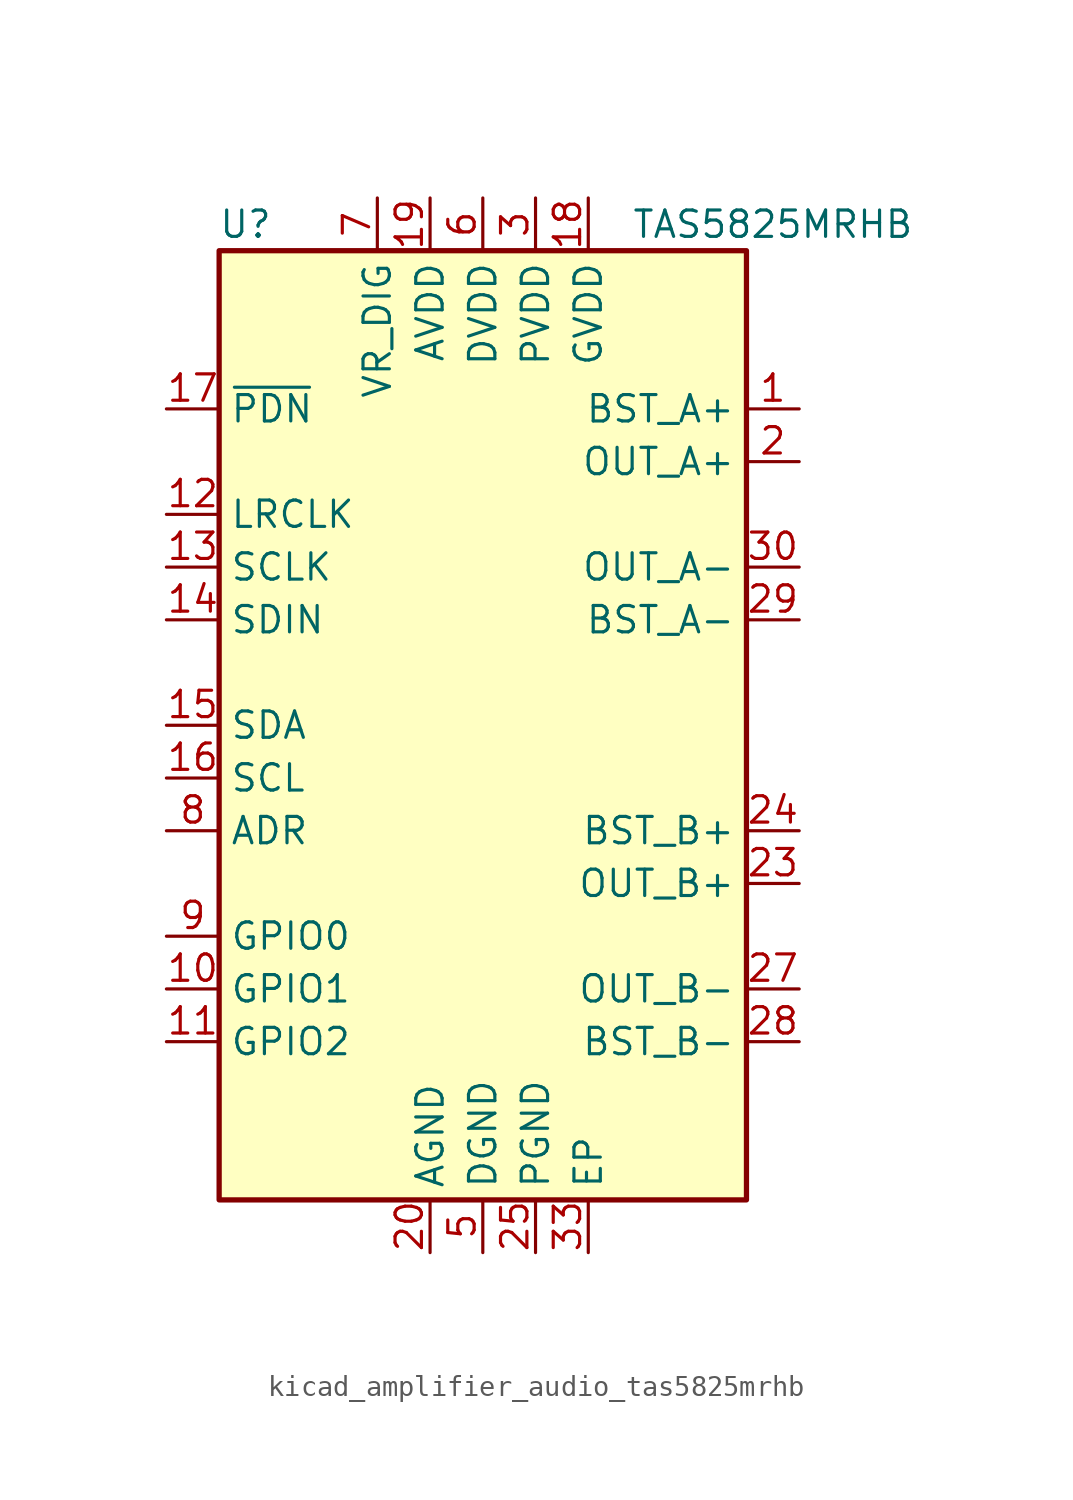
<source format=kicad_sym>
(kicad_symbol_lib
  (version 20220914)
  (generator kicad_symbol_editor)
  (symbol "kicad_amplifier_audio_tas5825mrhb"
    (property "Reference" "U"
      (at -11.43 24.13 0)
      (effects (font (size 1.27 1.27))))
    (property "Value" "TAS5825MRHB"
      (at 13.97 24.13 0)
      (effects (font (size 1.27 1.27))))
    (symbol "kicad_amplifier_audio_tas5825mrhb_0_1"
      (rectangle (start -12.7 22.86) (end 12.7 -22.86) (stroke (width 0.254) (type default)) (fill (type background))))
    (symbol "kicad_amplifier_audio_tas5825mrhb_1_1"
      (pin passive line (at 15.24 15.24 180) (length 2.54) (name "BST_A+" (effects (font (size 1.27 1.27)))) (number "1" (effects (font (size 1.27 1.27)))))
      (pin bidirectional line (at -15.24 -12.7 0) (length 2.54) (name "GPIO1" (effects (font (size 1.27 1.27)))) (number "10" (effects (font (size 1.27 1.27)))))
      (pin bidirectional line (at -15.24 -15.24 0) (length 2.54) (name "GPIO2" (effects (font (size 1.27 1.27)))) (number "11" (effects (font (size 1.27 1.27)))))
      (pin input line (at -15.24 10.16 0) (length 2.54) (name "LRCLK" (effects (font (size 1.27 1.27)))) (number "12" (effects (font (size 1.27 1.27)))))
      (pin input line (at -15.24 7.62 0) (length 2.54) (name "SCLK" (effects (font (size 1.27 1.27)))) (number "13" (effects (font (size 1.27 1.27)))))
      (pin input line (at -15.24 5.08 0) (length 2.54) (name "SDIN" (effects (font (size 1.27 1.27)))) (number "14" (effects (font (size 1.27 1.27)))))
      (pin bidirectional line (at -15.24 0 0) (length 2.54) (name "SDA" (effects (font (size 1.27 1.27)))) (number "15" (effects (font (size 1.27 1.27)))))
      (pin input line (at -15.24 -2.54 0) (length 2.54) (name "SCL" (effects (font (size 1.27 1.27)))) (number "16" (effects (font (size 1.27 1.27)))))
      (pin input line (at -15.24 15.24 0) (length 2.54) (name "~{PDN}" (effects (font (size 1.27 1.27)))) (number "17" (effects (font (size 1.27 1.27)))))
      (pin passive line (at 5.08 25.4 270) (length 2.54) (name "GVDD" (effects (font (size 1.27 1.27)))) (number "18" (effects (font (size 1.27 1.27)))))
      (pin passive line (at -2.54 25.4 270) (length 2.54) (name "AVDD" (effects (font (size 1.27 1.27)))) (number "19" (effects (font (size 1.27 1.27)))))
      (pin output line (at 15.24 12.7 180) (length 2.54) (name "OUT_A+" (effects (font (size 1.27 1.27)))) (number "2" (effects (font (size 1.27 1.27)))))
      (pin power_in line (at -2.54 -25.4 90) (length 2.54) (name "AGND" (effects (font (size 1.27 1.27)))) (number "20" (effects (font (size 1.27 1.27)))))
      (pin passive line (at 2.54 25.4 270) (length 2.54) hide (name "PVDD" (effects (font (size 1.27 1.27)))) (number "21" (effects (font (size 1.27 1.27)))))
      (pin passive line (at 2.54 25.4 270) (length 2.54) hide (name "PVDD" (effects (font (size 1.27 1.27)))) (number "22" (effects (font (size 1.27 1.27)))))
      (pin output line (at 15.24 -7.62 180) (length 2.54) (name "OUT_B+" (effects (font (size 1.27 1.27)))) (number "23" (effects (font (size 1.27 1.27)))))
      (pin passive line (at 15.24 -5.08 180) (length 2.54) (name "BST_B+" (effects (font (size 1.27 1.27)))) (number "24" (effects (font (size 1.27 1.27)))))
      (pin power_in line (at 2.54 -25.4 90) (length 2.54) (name "PGND" (effects (font (size 1.27 1.27)))) (number "25" (effects (font (size 1.27 1.27)))))
      (pin passive line (at 2.54 -25.4 90) (length 2.54) hide (name "PGND" (effects (font (size 1.27 1.27)))) (number "26" (effects (font (size 1.27 1.27)))))
      (pin output line (at 15.24 -12.7 180) (length 2.54) (name "OUT_B-" (effects (font (size 1.27 1.27)))) (number "27" (effects (font (size 1.27 1.27)))))
      (pin passive line (at 15.24 -15.24 180) (length 2.54) (name "BST_B-" (effects (font (size 1.27 1.27)))) (number "28" (effects (font (size 1.27 1.27)))))
      (pin passive line (at 15.24 5.08 180) (length 2.54) (name "BST_A-" (effects (font (size 1.27 1.27)))) (number "29" (effects (font (size 1.27 1.27)))))
      (pin power_in line (at 2.54 25.4 270) (length 2.54) (name "PVDD" (effects (font (size 1.27 1.27)))) (number "3" (effects (font (size 1.27 1.27)))))
      (pin output line (at 15.24 7.62 180) (length 2.54) (name "OUT_A-" (effects (font (size 1.27 1.27)))) (number "30" (effects (font (size 1.27 1.27)))))
      (pin passive line (at 2.54 -25.4 90) (length 2.54) hide (name "PGND" (effects (font (size 1.27 1.27)))) (number "31" (effects (font (size 1.27 1.27)))))
      (pin passive line (at 2.54 -25.4 90) (length 2.54) hide (name "PGND" (effects (font (size 1.27 1.27)))) (number "32" (effects (font (size 1.27 1.27)))))
      (pin passive line (at 5.08 -25.4 90) (length 2.54) (name "EP" (effects (font (size 1.27 1.27)))) (number "33" (effects (font (size 1.27 1.27)))))
      (pin passive line (at 2.54 25.4 270) (length 2.54) hide (name "PVDD" (effects (font (size 1.27 1.27)))) (number "4" (effects (font (size 1.27 1.27)))))
      (pin power_in line (at 0 -25.4 90) (length 2.54) (name "DGND" (effects (font (size 1.27 1.27)))) (number "5" (effects (font (size 1.27 1.27)))))
      (pin power_in line (at 0 25.4 270) (length 2.54) (name "DVDD" (effects (font (size 1.27 1.27)))) (number "6" (effects (font (size 1.27 1.27)))))
      (pin passive line (at -5.08 25.4 270) (length 2.54) (name "VR_DIG" (effects (font (size 1.27 1.27)))) (number "7" (effects (font (size 1.27 1.27)))))
      (pin passive line (at -15.24 -5.08 0) (length 2.54) (name "ADR" (effects (font (size 1.27 1.27)))) (number "8" (effects (font (size 1.27 1.27)))))
      (pin bidirectional line (at -15.24 -10.16 0) (length 2.54) (name "GPIO0" (effects (font (size 1.27 1.27)))) (number "9" (effects (font (size 1.27 1.27))))))))
</source>
